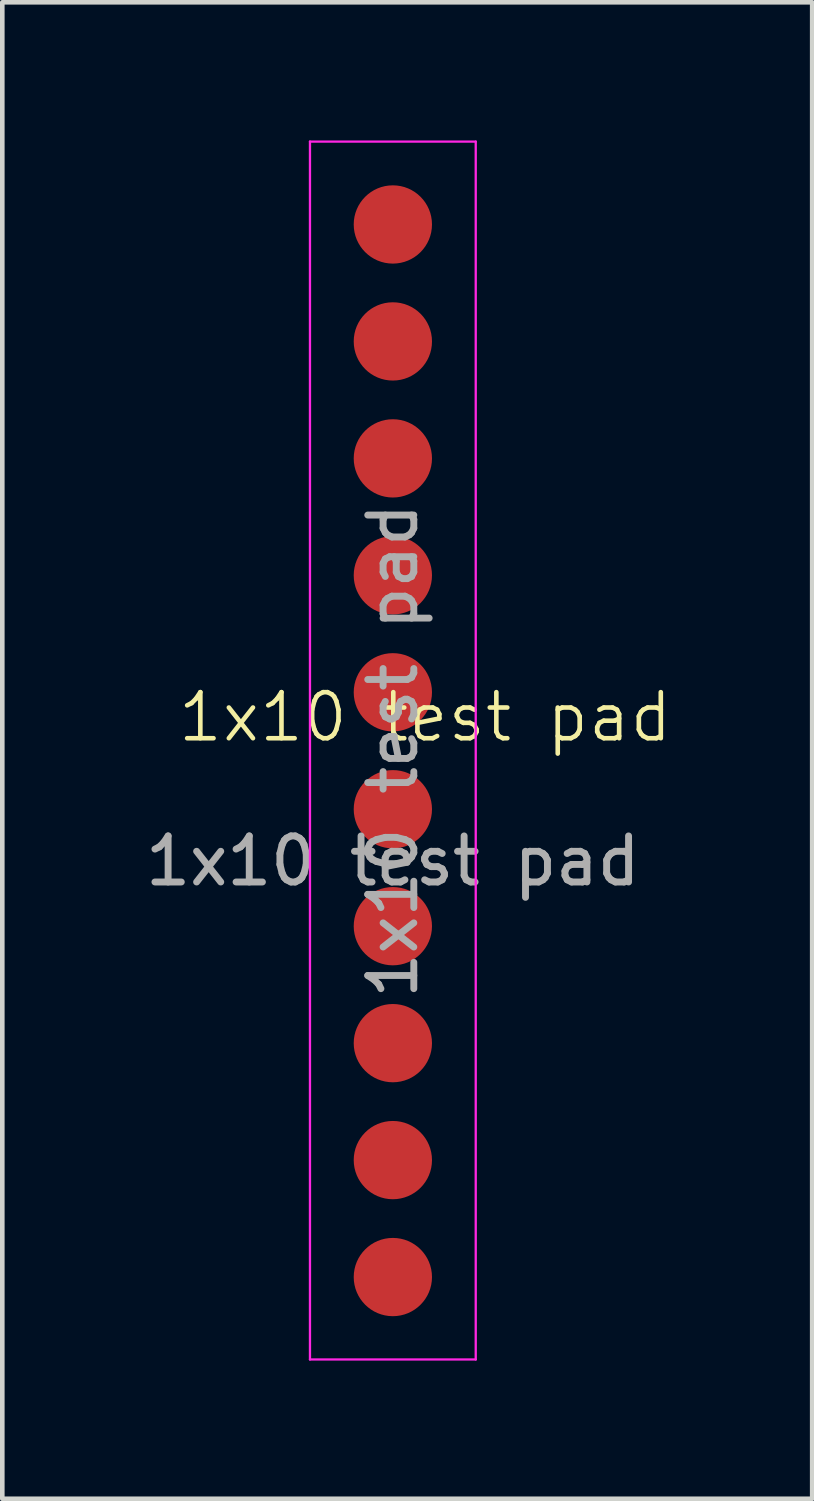
<source format=kicad_pcb>
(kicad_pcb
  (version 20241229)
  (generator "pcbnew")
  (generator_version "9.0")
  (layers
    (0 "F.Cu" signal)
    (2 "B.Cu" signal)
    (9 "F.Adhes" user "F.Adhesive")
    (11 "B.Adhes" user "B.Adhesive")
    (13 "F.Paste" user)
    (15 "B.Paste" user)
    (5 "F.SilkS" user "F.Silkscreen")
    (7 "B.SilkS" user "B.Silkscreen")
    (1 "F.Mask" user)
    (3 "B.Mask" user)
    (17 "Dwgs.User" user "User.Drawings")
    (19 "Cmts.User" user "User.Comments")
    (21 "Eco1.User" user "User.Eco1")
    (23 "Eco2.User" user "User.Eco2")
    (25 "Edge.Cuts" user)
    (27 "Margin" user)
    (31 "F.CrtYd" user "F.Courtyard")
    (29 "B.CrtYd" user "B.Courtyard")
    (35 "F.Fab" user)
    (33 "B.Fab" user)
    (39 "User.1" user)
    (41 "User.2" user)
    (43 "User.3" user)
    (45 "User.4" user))
  (footprint "1x10 test pad"
    (layer "F.Cu")
    (at 5.482 13.15)
    (property "Reference" "1x10 test pad" (at 0.7 -0.625 0) (unlocked yes) (layer "F.SilkS") (effects (font (size 1 1) (thickness 0.1))))
    (attr smd)
    (fp_line (start -1.8 -13.125) (end -1.8 13.325) (stroke (width 0.05) (type solid)) (layer "F.CrtYd"))
    (fp_line (start -1.8 13.325) (end 1.8 13.325) (stroke (width 0.05) (type solid)) (layer "F.CrtYd"))
    (fp_line (start 1.8 -13.125) (end -1.8 -13.125) (stroke (width 0.05) (type solid)) (layer "F.CrtYd"))
    (fp_line (start 1.8 13.325) (end 1.8 -13.125) (stroke (width 0.05) (type solid)) (layer "F.CrtYd"))
    (fp_text user "${REFERENCE}" (at 0 2.5 0) (unlocked yes) (layer "F.Fab") (effects (font (size 1 1) (thickness 0.15))))
    (fp_text user "${REFERENCE}" (at 0 0.105 90) (layer "F.Fab") (effects (font (size 1 1) (thickness 0.15))))
    (pad "1" smd circle (at 0 -11.325) (size 1.7 1.7) (layers "F.Cu" "F.Mask" "F.Paste"))
    (pad "2" smd oval (at 0 -8.785) (size 1.7 1.7) (layers "F.Cu" "F.Mask" "F.Paste"))
    (pad "3" smd oval (at 0 -6.245) (size 1.7 1.7) (layers "F.Cu" "F.Mask" "F.Paste"))
    (pad "4" smd oval (at 0 -3.705) (size 1.7 1.7) (layers "F.Cu" "F.Mask" "F.Paste"))
    (pad "5" smd oval (at 0 -1.165) (size 1.7 1.7) (layers "F.Cu" "F.Mask" "F.Paste"))
    (pad "6" smd oval (at 0 1.375) (size 1.7 1.7) (layers "F.Cu" "F.Mask" "F.Paste"))
    (pad "7" smd oval (at 0 3.915) (size 1.7 1.7) (layers "F.Cu" "F.Mask" "F.Paste"))
    (pad "8" smd oval (at 0 6.455) (size 1.7 1.7) (layers "F.Cu" "F.Mask" "F.Paste"))
    (pad "9" smd oval (at 0 8.995) (size 1.7 1.7) (layers "F.Cu" "F.Mask" "F.Paste"))
    (pad "10" smd oval (at 0 11.535) (size 1.7 1.7) (layers "F.Cu" "F.Mask" "F.Paste")))
  (gr_rect
    (start -3 -3)
    (end 14.589 29.5)
    (stroke (width 0.1) (type default))
    (fill no)
    (layer "Edge.Cuts")))
</source>
